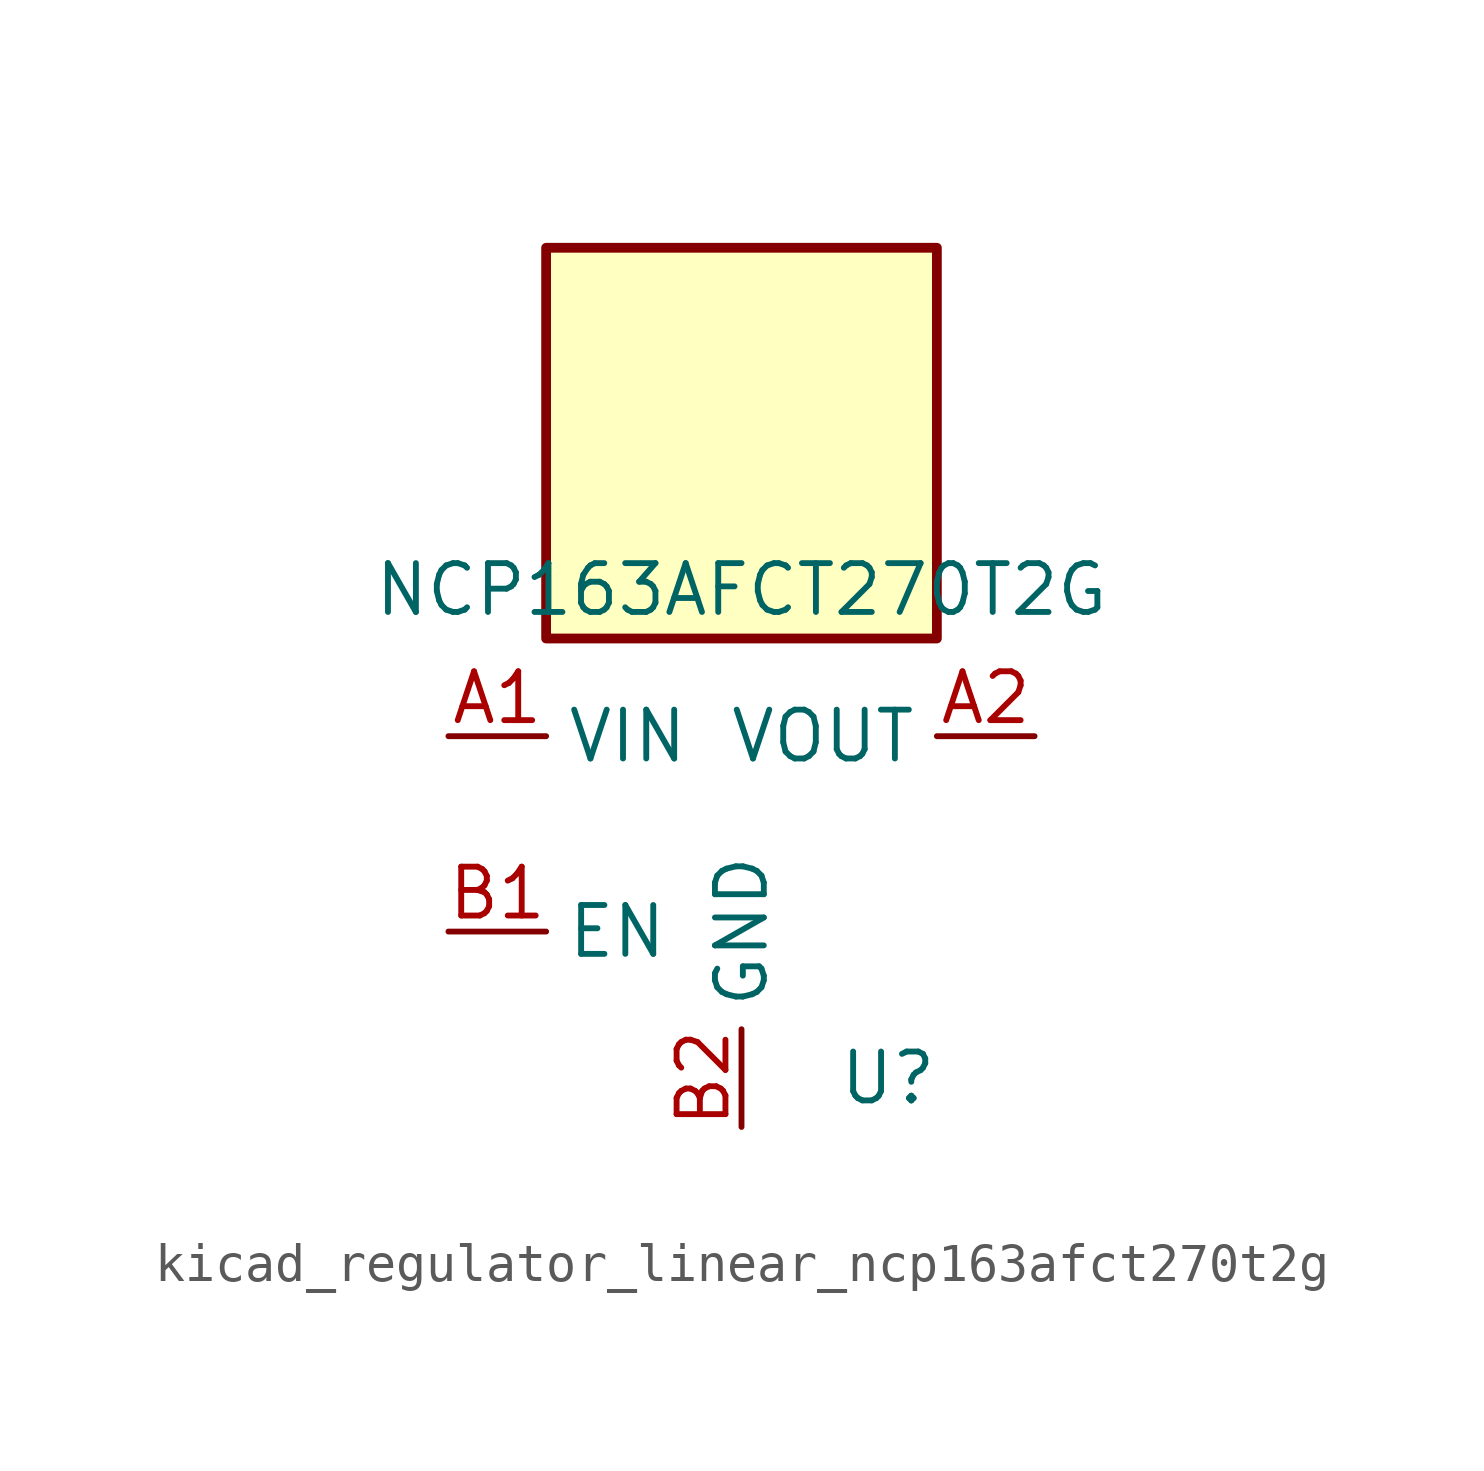
<source format=kicad_sym>
(kicad_symbol_lib
  (version 20220914)
  (generator kicad_symbol_editor)
  (symbol "kicad_regulator_linear_ncp163afct270t2g"
    (property "Reference" "U"
      (at 3.81 -6.35 0)
      (effects (font (size 1.27 1.27))))
    (property "Value" "NCP163AFCT270T2G"
      (at 0 6.35 0)
      (effects (font (size 1.27 1.27))))
    (symbol "kicad_regulator_linear_ncp163afct270t2g_0_1"
      (rectangle (start 5.08 15.24) (end -5.08 5.08) (stroke (width 0.254) (type default)) (fill (type background))))
    (symbol "kicad_regulator_linear_ncp163afct270t2g_1_1"
      (pin power_in line (at -7.62 2.54 0) (length 2.54) (name "VIN" (effects (font (size 1.27 1.27)))) (number "A1" (effects (font (size 1.27 1.27)))))
      (pin power_out line (at 7.62 2.54 180) (length 2.54) (name "VOUT" (effects (font (size 1.27 1.27)))) (number "A2" (effects (font (size 1.27 1.27)))))
      (pin input line (at -7.62 -2.54 0) (length 2.54) (name "EN" (effects (font (size 1.27 1.27)))) (number "B1" (effects (font (size 1.27 1.27)))))
      (pin power_in line (at 0 -7.62 90) (length 2.54) (name "GND" (effects (font (size 1.27 1.27)))) (number "B2" (effects (font (size 1.27 1.27))))))))
</source>
